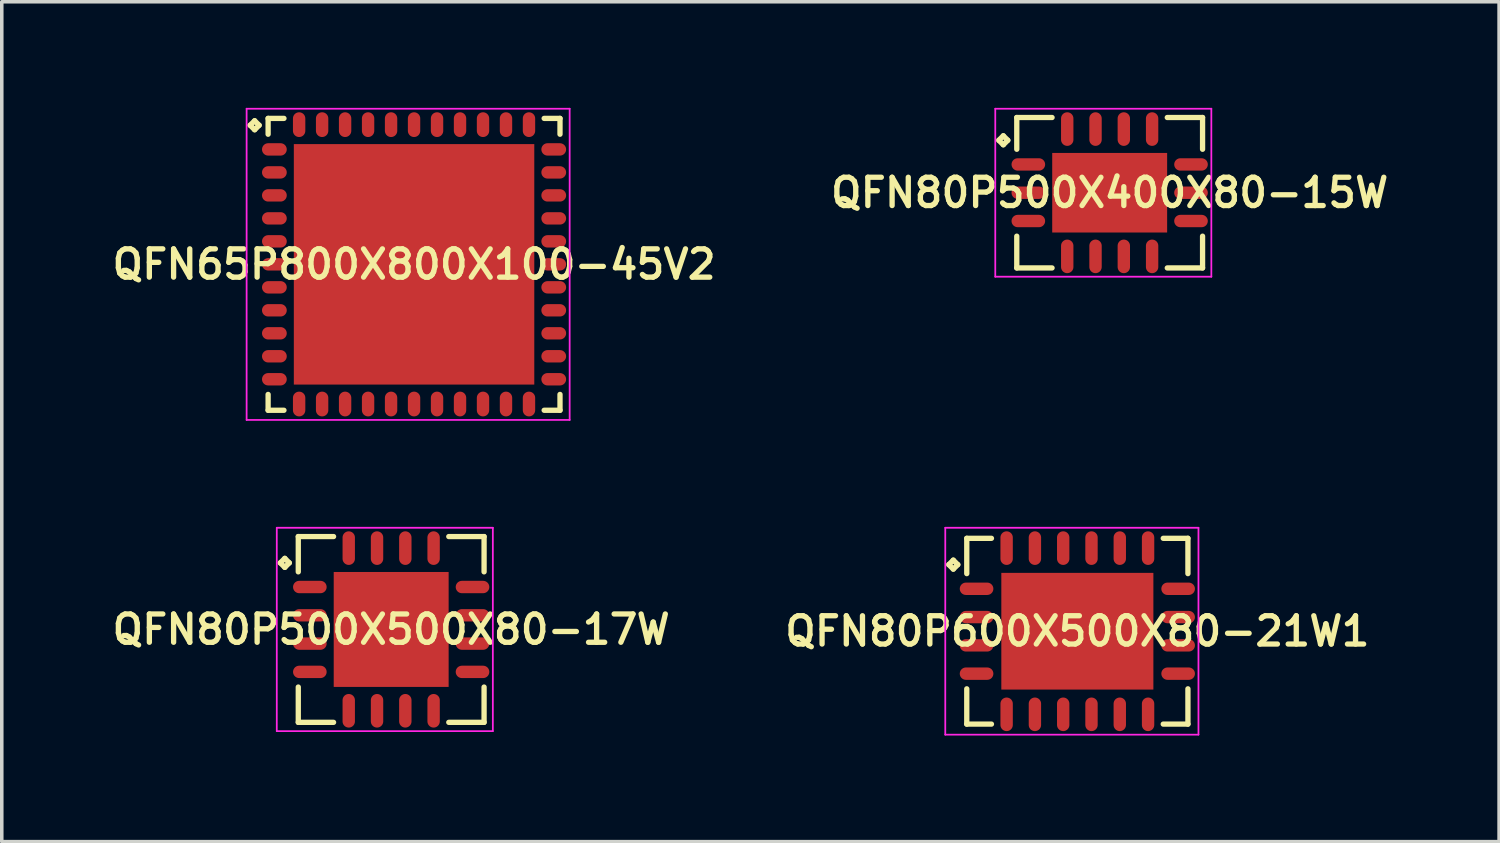
<source format=kicad_pcb>
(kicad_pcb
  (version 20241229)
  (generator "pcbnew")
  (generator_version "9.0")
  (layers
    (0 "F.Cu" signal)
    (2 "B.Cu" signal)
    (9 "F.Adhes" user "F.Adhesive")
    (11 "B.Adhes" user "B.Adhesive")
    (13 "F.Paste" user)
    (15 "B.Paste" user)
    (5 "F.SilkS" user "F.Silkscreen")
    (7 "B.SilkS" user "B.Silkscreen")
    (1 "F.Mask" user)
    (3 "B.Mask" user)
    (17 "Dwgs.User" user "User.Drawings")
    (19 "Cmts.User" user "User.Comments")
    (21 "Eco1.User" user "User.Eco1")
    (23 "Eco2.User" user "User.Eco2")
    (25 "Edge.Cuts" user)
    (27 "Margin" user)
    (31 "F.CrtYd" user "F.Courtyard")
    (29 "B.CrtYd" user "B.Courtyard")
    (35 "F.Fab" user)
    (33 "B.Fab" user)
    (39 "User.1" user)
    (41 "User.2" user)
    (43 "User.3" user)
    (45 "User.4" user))
  (footprint "QFN80P500X400X80-15W"
    (layer "F.Cu")
    (at 28.33 2.4)
    (property "Reference" "QFN80P500X400X80-15W" (at 0 0 0) (layer "F.SilkS") (effects (font (size 0.8 0.8) (thickness 0.15))))
    (attr smd)
    (fp_line (start -3.135 -1.483) (end -3.008 -1.61) (stroke (width 0.15) (type solid)) (layer "F.SilkS"))
    (fp_line (start -3.008 -1.61) (end -2.881 -1.483) (stroke (width 0.15) (type solid)) (layer "F.SilkS"))
    (fp_line (start -3.008 -1.356) (end -3.135 -1.483) (stroke (width 0.15) (type solid)) (layer "F.SilkS"))
    (fp_line (start -2.881 -1.483) (end -3.008 -1.356) (stroke (width 0.15) (type solid)) (layer "F.SilkS"))
    (fp_line (start -2.627 -2.127) (end -1.629 -2.127) (stroke (width 0.15) (type solid)) (layer "F.SilkS"))
    (fp_line (start -2.627 -1.229) (end -2.627 -2.127) (stroke (width 0.15) (type solid)) (layer "F.SilkS"))
    (fp_line (start -2.627 1.229) (end -2.627 2.127) (stroke (width 0.15) (type solid)) (layer "F.SilkS"))
    (fp_line (start -2.627 2.127) (end -1.629 2.127) (stroke (width 0.15) (type solid)) (layer "F.SilkS"))
    (fp_line (start 1.629 -2.127) (end 2.627 -2.127) (stroke (width 0.15) (type solid)) (layer "F.SilkS"))
    (fp_line (start 1.629 2.127) (end 2.627 2.127) (stroke (width 0.15) (type solid)) (layer "F.SilkS"))
    (fp_line (start 2.627 -2.127) (end 2.627 -1.229) (stroke (width 0.15) (type solid)) (layer "F.SilkS"))
    (fp_line (start 2.627 2.127) (end 2.627 1.229) (stroke (width 0.15) (type solid)) (layer "F.SilkS"))
    (fp_line (start -3.235 -2.375) (end 2.875 -2.375) (stroke (width 0.05) (type solid)) (layer "F.CrtYd"))
    (fp_line (start -3.235 2.375) (end -3.235 -2.375) (stroke (width 0.05) (type solid)) (layer "F.CrtYd"))
    (fp_line (start 2.875 -2.375) (end 2.875 2.375) (stroke (width 0.05) (type solid)) (layer "F.CrtYd"))
    (fp_line (start 2.875 2.375) (end -3.235 2.375) (stroke (width 0.05) (type solid)) (layer "F.CrtYd"))
    (pad "1" smd oval (at -2.3 -0.8) (size 0.95 0.35) (layers "F.Cu" "F.Mask" "F.Paste"))
    (pad "2" smd oval (at -2.3 0) (size 0.95 0.35) (layers "F.Cu" "F.Mask" "F.Paste"))
    (pad "3" smd oval (at -2.3 0.8) (size 0.95 0.35) (layers "F.Cu" "F.Mask" "F.Paste"))
    (pad "4" smd oval (at -1.2 1.8) (size 0.35 0.95) (layers "F.Cu" "F.Mask" "F.Paste"))
    (pad "5" smd oval (at -0.4 1.8) (size 0.35 0.95) (layers "F.Cu" "F.Mask" "F.Paste"))
    (pad "6" smd oval (at 0.4 1.8) (size 0.35 0.95) (layers "F.Cu" "F.Mask" "F.Paste"))
    (pad "7" smd oval (at 1.2 1.8) (size 0.35 0.95) (layers "F.Cu" "F.Mask" "F.Paste"))
    (pad "8" smd oval (at 2.3 0.8) (size 0.95 0.35) (layers "F.Cu" "F.Mask" "F.Paste"))
    (pad "9" smd oval (at 2.3 0) (size 0.95 0.35) (layers "F.Cu" "F.Mask" "F.Paste"))
    (pad "10" smd oval (at 2.3 -0.8) (size 0.95 0.35) (layers "F.Cu" "F.Mask" "F.Paste"))
    (pad "11" smd oval (at 1.2 -1.8) (size 0.35 0.95) (layers "F.Cu" "F.Mask" "F.Paste"))
    (pad "12" smd oval (at 0.4 -1.8) (size 0.35 0.95) (layers "F.Cu" "F.Mask" "F.Paste"))
    (pad "13" smd oval (at -0.4 -1.8) (size 0.35 0.95) (layers "F.Cu" "F.Mask" "F.Paste"))
    (pad "14" smd oval (at -1.2 -1.8) (size 0.35 0.95) (layers "F.Cu" "F.Mask" "F.Paste"))
    (pad "15" smd rect (at 0 0) (size 3.25 2.25) (layers "F.Cu" "F.Mask" "F.Paste")))
  (footprint "QFN80P500X500X80-17W"
    (layer "F.Cu")
    (at 8.012 14.75)
    (property "Reference" "QFN80P500X500X80-17W" (at 0 0 0) (layer "F.SilkS") (effects (font (size 0.8 0.8) (thickness 0.15))))
    (attr smd)
    (fp_line (start -3.135 -1.883) (end -3.008 -2.01) (stroke (width 0.15) (type solid)) (layer "F.SilkS"))
    (fp_line (start -3.008 -2.01) (end -2.881 -1.883) (stroke (width 0.15) (type solid)) (layer "F.SilkS"))
    (fp_line (start -3.008 -1.756) (end -3.135 -1.883) (stroke (width 0.15) (type solid)) (layer "F.SilkS"))
    (fp_line (start -2.881 -1.883) (end -3.008 -1.756) (stroke (width 0.15) (type solid)) (layer "F.SilkS"))
    (fp_line (start -2.627 -2.627) (end -1.629 -2.627) (stroke (width 0.15) (type solid)) (layer "F.SilkS"))
    (fp_line (start -2.627 -1.629) (end -2.627 -2.627) (stroke (width 0.15) (type solid)) (layer "F.SilkS"))
    (fp_line (start -2.627 1.629) (end -2.627 2.627) (stroke (width 0.15) (type solid)) (layer "F.SilkS"))
    (fp_line (start -2.627 2.627) (end -1.629 2.627) (stroke (width 0.15) (type solid)) (layer "F.SilkS"))
    (fp_line (start 1.629 -2.627) (end 2.627 -2.627) (stroke (width 0.15) (type solid)) (layer "F.SilkS"))
    (fp_line (start 1.629 2.627) (end 2.627 2.627) (stroke (width 0.15) (type solid)) (layer "F.SilkS"))
    (fp_line (start 2.627 -2.627) (end 2.627 -1.629) (stroke (width 0.15) (type solid)) (layer "F.SilkS"))
    (fp_line (start 2.627 2.627) (end 2.627 1.629) (stroke (width 0.15) (type solid)) (layer "F.SilkS"))
    (fp_line (start -3.235 -2.875) (end 2.875 -2.875) (stroke (width 0.05) (type solid)) (layer "F.CrtYd"))
    (fp_line (start -3.235 2.875) (end -3.235 -2.875) (stroke (width 0.05) (type solid)) (layer "F.CrtYd"))
    (fp_line (start 2.875 -2.875) (end 2.875 2.875) (stroke (width 0.05) (type solid)) (layer "F.CrtYd"))
    (fp_line (start 2.875 2.875) (end -3.235 2.875) (stroke (width 0.05) (type solid)) (layer "F.CrtYd"))
    (pad "1" smd oval (at -2.3 -1.2) (size 0.95 0.35) (layers "F.Cu" "F.Mask" "F.Paste"))
    (pad "2" smd oval (at -2.3 -0.4) (size 0.95 0.35) (layers "F.Cu" "F.Mask" "F.Paste"))
    (pad "3" smd oval (at -2.3 0.4) (size 0.95 0.35) (layers "F.Cu" "F.Mask" "F.Paste"))
    (pad "4" smd oval (at -2.3 1.2) (size 0.95 0.35) (layers "F.Cu" "F.Mask" "F.Paste"))
    (pad "5" smd oval (at -1.2 2.3) (size 0.35 0.95) (layers "F.Cu" "F.Mask" "F.Paste"))
    (pad "6" smd oval (at -0.4 2.3) (size 0.35 0.95) (layers "F.Cu" "F.Mask" "F.Paste"))
    (pad "7" smd oval (at 0.4 2.3) (size 0.35 0.95) (layers "F.Cu" "F.Mask" "F.Paste"))
    (pad "8" smd oval (at 1.2 2.3) (size 0.35 0.95) (layers "F.Cu" "F.Mask" "F.Paste"))
    (pad "9" smd oval (at 2.3 1.2) (size 0.95 0.35) (layers "F.Cu" "F.Mask" "F.Paste"))
    (pad "10" smd oval (at 2.3 0.4) (size 0.95 0.35) (layers "F.Cu" "F.Mask" "F.Paste"))
    (pad "11" smd oval (at 2.3 -0.4) (size 0.95 0.35) (layers "F.Cu" "F.Mask" "F.Paste"))
    (pad "12" smd oval (at 2.3 -1.2) (size 0.95 0.35) (layers "F.Cu" "F.Mask" "F.Paste"))
    (pad "13" smd oval (at 1.2 -2.3) (size 0.35 0.95) (layers "F.Cu" "F.Mask" "F.Paste"))
    (pad "14" smd oval (at 0.4 -2.3) (size 0.35 0.95) (layers "F.Cu" "F.Mask" "F.Paste"))
    (pad "15" smd oval (at -0.4 -2.3) (size 0.35 0.95) (layers "F.Cu" "F.Mask" "F.Paste"))
    (pad "16" smd oval (at -1.2 -2.3) (size 0.35 0.95) (layers "F.Cu" "F.Mask" "F.Paste"))
    (pad "17" smd rect (at 0 0) (size 3.25 3.25) (layers "F.Cu" "F.Mask" "F.Paste")))
  (footprint "QFN80P600X500X80-21W1"
    (layer "F.Cu")
    (at 27.416 14.8)
    (property "Reference" "QFN80P600X500X80-21W1" (at 0 0 0) (layer "F.SilkS") (effects (font (size 0.8 0.8) (thickness 0.15))))
    (attr smd)
    (fp_line (start -3.635 -1.883) (end -3.508 -2.01) (stroke (width 0.15) (type solid)) (layer "F.SilkS"))
    (fp_line (start -3.508 -2.01) (end -3.381 -1.883) (stroke (width 0.15) (type solid)) (layer "F.SilkS"))
    (fp_line (start -3.508 -1.756) (end -3.635 -1.883) (stroke (width 0.15) (type solid)) (layer "F.SilkS"))
    (fp_line (start -3.381 -1.883) (end -3.508 -1.756) (stroke (width 0.15) (type solid)) (layer "F.SilkS"))
    (fp_line (start -3.127 -2.627) (end -2.429 -2.627) (stroke (width 0.15) (type solid)) (layer "F.SilkS"))
    (fp_line (start -3.127 -1.629) (end -3.127 -2.627) (stroke (width 0.15) (type solid)) (layer "F.SilkS"))
    (fp_line (start -3.127 1.629) (end -3.127 2.627) (stroke (width 0.15) (type solid)) (layer "F.SilkS"))
    (fp_line (start -3.127 2.627) (end -2.429 2.627) (stroke (width 0.15) (type solid)) (layer "F.SilkS"))
    (fp_line (start 2.429 -2.627) (end 3.127 -2.627) (stroke (width 0.15) (type solid)) (layer "F.SilkS"))
    (fp_line (start 2.429 2.627) (end 3.127 2.627) (stroke (width 0.15) (type solid)) (layer "F.SilkS"))
    (fp_line (start 3.127 -2.627) (end 3.127 -1.629) (stroke (width 0.15) (type solid)) (layer "F.SilkS"))
    (fp_line (start 3.127 2.627) (end 3.127 1.629) (stroke (width 0.15) (type solid)) (layer "F.SilkS"))
    (fp_line (start -3.735 -2.925) (end 3.425 -2.925) (stroke (width 0.05) (type solid)) (layer "F.CrtYd"))
    (fp_line (start -3.735 2.925) (end -3.735 -2.925) (stroke (width 0.05) (type solid)) (layer "F.CrtYd"))
    (fp_line (start 3.425 -2.925) (end 3.425 2.925) (stroke (width 0.05) (type solid)) (layer "F.CrtYd"))
    (fp_line (start 3.425 2.925) (end -3.735 2.925) (stroke (width 0.05) (type solid)) (layer "F.CrtYd"))
    (pad "1" smd oval (at -2.85 -1.2) (size 0.95 0.35) (layers "F.Cu" "F.Mask" "F.Paste"))
    (pad "2" smd oval (at -2.85 -0.4) (size 0.95 0.35) (layers "F.Cu" "F.Mask" "F.Paste"))
    (pad "3" smd oval (at -2.85 0.4) (size 0.95 0.35) (layers "F.Cu" "F.Mask" "F.Paste"))
    (pad "4" smd oval (at -2.85 1.2) (size 0.95 0.35) (layers "F.Cu" "F.Mask" "F.Paste"))
    (pad "5" smd oval (at -2 2.35) (size 0.35 0.95) (layers "F.Cu" "F.Mask" "F.Paste"))
    (pad "6" smd oval (at -1.2 2.35) (size 0.35 0.95) (layers "F.Cu" "F.Mask" "F.Paste"))
    (pad "7" smd oval (at -0.4 2.35) (size 0.35 0.95) (layers "F.Cu" "F.Mask" "F.Paste"))
    (pad "8" smd oval (at 0.4 2.35) (size 0.35 0.95) (layers "F.Cu" "F.Mask" "F.Paste"))
    (pad "9" smd oval (at 1.2 2.35) (size 0.35 0.95) (layers "F.Cu" "F.Mask" "F.Paste"))
    (pad "10" smd oval (at 2 2.35) (size 0.35 0.95) (layers "F.Cu" "F.Mask" "F.Paste"))
    (pad "11" smd oval (at 2.85 1.2) (size 0.95 0.35) (layers "F.Cu" "F.Mask" "F.Paste"))
    (pad "12" smd oval (at 2.85 0.4) (size 0.95 0.35) (layers "F.Cu" "F.Mask" "F.Paste"))
    (pad "13" smd oval (at 2.85 -0.4) (size 0.95 0.35) (layers "F.Cu" "F.Mask" "F.Paste"))
    (pad "14" smd oval (at 2.85 -1.2) (size 0.95 0.35) (layers "F.Cu" "F.Mask" "F.Paste"))
    (pad "15" smd oval (at 2 -2.35) (size 0.35 0.95) (layers "F.Cu" "F.Mask" "F.Paste"))
    (pad "16" smd oval (at 1.2 -2.35) (size 0.35 0.95) (layers "F.Cu" "F.Mask" "F.Paste"))
    (pad "17" smd oval (at 0.4 -2.35) (size 0.35 0.95) (layers "F.Cu" "F.Mask" "F.Paste"))
    (pad "18" smd oval (at -0.4 -2.35) (size 0.35 0.95) (layers "F.Cu" "F.Mask" "F.Paste"))
    (pad "19" smd oval (at -1.2 -2.35) (size 0.35 0.95) (layers "F.Cu" "F.Mask" "F.Paste"))
    (pad "20" smd oval (at -2 -2.35) (size 0.35 0.95) (layers "F.Cu" "F.Mask" "F.Paste"))
    (pad "21" smd rect (at 0 0) (size 4.3 3.3) (layers "F.Cu" "F.Mask" "F.Paste")))
  (footprint "QFN65P800X800X100-45V2"
    (layer "F.Cu")
    (at 8.659 4.425)
    (property "Reference" "QFN65P800X800X100-45V2" (at 0 0 0) (layer "F.SilkS") (effects (font (size 0.8 0.8) (thickness 0.15))))
    (attr smd)
    (fp_line (start -4.635 -3.933) (end -4.508 -4.06) (stroke (width 0.15) (type solid)) (layer "F.SilkS"))
    (fp_line (start -4.508 -4.06) (end -4.381 -3.933) (stroke (width 0.15) (type solid)) (layer "F.SilkS"))
    (fp_line (start -4.508 -3.806) (end -4.635 -3.933) (stroke (width 0.15) (type solid)) (layer "F.SilkS"))
    (fp_line (start -4.381 -3.933) (end -4.508 -3.806) (stroke (width 0.15) (type solid)) (layer "F.SilkS"))
    (fp_line (start -4.127 -4.127) (end -3.679 -4.127) (stroke (width 0.15) (type solid)) (layer "F.SilkS"))
    (fp_line (start -4.127 -3.679) (end -4.127 -4.127) (stroke (width 0.15) (type solid)) (layer "F.SilkS"))
    (fp_line (start -4.127 3.679) (end -4.127 4.127) (stroke (width 0.15) (type solid)) (layer "F.SilkS"))
    (fp_line (start -4.127 4.127) (end -3.679 4.127) (stroke (width 0.15) (type solid)) (layer "F.SilkS"))
    (fp_line (start 3.679 -4.127) (end 4.127 -4.127) (stroke (width 0.15) (type solid)) (layer "F.SilkS"))
    (fp_line (start 3.679 4.127) (end 4.127 4.127) (stroke (width 0.15) (type solid)) (layer "F.SilkS"))
    (fp_line (start 4.127 -4.127) (end 4.127 -3.679) (stroke (width 0.15) (type solid)) (layer "F.SilkS"))
    (fp_line (start 4.127 4.127) (end 4.127 3.679) (stroke (width 0.15) (type solid)) (layer "F.SilkS"))
    (fp_line (start -4.735 -4.4) (end 4.4 -4.4) (stroke (width 0.05) (type solid)) (layer "F.CrtYd"))
    (fp_line (start -4.735 4.4) (end -4.735 -4.4) (stroke (width 0.05) (type solid)) (layer "F.CrtYd"))
    (fp_line (start 4.4 -4.4) (end 4.4 4.4) (stroke (width 0.05) (type solid)) (layer "F.CrtYd"))
    (fp_line (start 4.4 4.4) (end -4.735 4.4) (stroke (width 0.05) (type solid)) (layer "F.CrtYd"))
    (pad "1" smd oval (at -3.95 -3.25) (size 0.7 0.35) (layers "F.Cu" "F.Mask" "F.Paste"))
    (pad "2" smd oval (at -3.95 -2.6) (size 0.7 0.35) (layers "F.Cu" "F.Mask" "F.Paste"))
    (pad "3" smd oval (at -3.95 -1.95) (size 0.7 0.35) (layers "F.Cu" "F.Mask" "F.Paste"))
    (pad "4" smd oval (at -3.95 -1.3) (size 0.7 0.35) (layers "F.Cu" "F.Mask" "F.Paste"))
    (pad "5" smd oval (at -3.95 -0.65) (size 0.7 0.35) (layers "F.Cu" "F.Mask" "F.Paste"))
    (pad "6" smd oval (at -3.95 0) (size 0.7 0.35) (layers "F.Cu" "F.Mask" "F.Paste"))
    (pad "7" smd oval (at -3.95 0.65) (size 0.7 0.35) (layers "F.Cu" "F.Mask" "F.Paste"))
    (pad "8" smd oval (at -3.95 1.3) (size 0.7 0.35) (layers "F.Cu" "F.Mask" "F.Paste"))
    (pad "9" smd oval (at -3.95 1.95) (size 0.7 0.35) (layers "F.Cu" "F.Mask" "F.Paste"))
    (pad "10" smd oval (at -3.95 2.6) (size 0.7 0.35) (layers "F.Cu" "F.Mask" "F.Paste"))
    (pad "11" smd oval (at -3.95 3.25) (size 0.7 0.35) (layers "F.Cu" "F.Mask" "F.Paste"))
    (pad "12" smd oval (at -3.25 3.95) (size 0.35 0.7) (layers "F.Cu" "F.Mask" "F.Paste"))
    (pad "13" smd oval (at -2.6 3.95) (size 0.35 0.7) (layers "F.Cu" "F.Mask" "F.Paste"))
    (pad "14" smd oval (at -1.95 3.95) (size 0.35 0.7) (layers "F.Cu" "F.Mask" "F.Paste"))
    (pad "15" smd oval (at -1.3 3.95) (size 0.35 0.7) (layers "F.Cu" "F.Mask" "F.Paste"))
    (pad "16" smd oval (at -0.65 3.95) (size 0.35 0.7) (layers "F.Cu" "F.Mask" "F.Paste"))
    (pad "17" smd oval (at 0 3.95) (size 0.35 0.7) (layers "F.Cu" "F.Mask" "F.Paste"))
    (pad "18" smd oval (at 0.65 3.95) (size 0.35 0.7) (layers "F.Cu" "F.Mask" "F.Paste"))
    (pad "19" smd oval (at 1.3 3.95) (size 0.35 0.7) (layers "F.Cu" "F.Mask" "F.Paste"))
    (pad "20" smd oval (at 1.95 3.95) (size 0.35 0.7) (layers "F.Cu" "F.Mask" "F.Paste"))
    (pad "21" smd oval (at 2.6 3.95) (size 0.35 0.7) (layers "F.Cu" "F.Mask" "F.Paste"))
    (pad "22" smd oval (at 3.25 3.95) (size 0.35 0.7) (layers "F.Cu" "F.Mask" "F.Paste"))
    (pad "23" smd oval (at 3.95 3.25) (size 0.7 0.35) (layers "F.Cu" "F.Mask" "F.Paste"))
    (pad "24" smd oval (at 3.95 2.6) (size 0.7 0.35) (layers "F.Cu" "F.Mask" "F.Paste"))
    (pad "25" smd oval (at 3.95 1.95) (size 0.7 0.35) (layers "F.Cu" "F.Mask" "F.Paste"))
    (pad "26" smd oval (at 3.95 1.3) (size 0.7 0.35) (layers "F.Cu" "F.Mask" "F.Paste"))
    (pad "27" smd oval (at 3.95 0.65) (size 0.7 0.35) (layers "F.Cu" "F.Mask" "F.Paste"))
    (pad "28" smd oval (at 3.95 0) (size 0.7 0.35) (layers "F.Cu" "F.Mask" "F.Paste"))
    (pad "29" smd oval (at 3.95 -0.65) (size 0.7 0.35) (layers "F.Cu" "F.Mask" "F.Paste"))
    (pad "30" smd oval (at 3.95 -1.3) (size 0.7 0.35) (layers "F.Cu" "F.Mask" "F.Paste"))
    (pad "31" smd oval (at 3.95 -1.95) (size 0.7 0.35) (layers "F.Cu" "F.Mask" "F.Paste"))
    (pad "32" smd oval (at 3.95 -2.6) (size 0.7 0.35) (layers "F.Cu" "F.Mask" "F.Paste"))
    (pad "33" smd oval (at 3.95 -3.25) (size 0.7 0.35) (layers "F.Cu" "F.Mask" "F.Paste"))
    (pad "34" smd oval (at 3.25 -3.95) (size 0.35 0.7) (layers "F.Cu" "F.Mask" "F.Paste"))
    (pad "35" smd oval (at 2.6 -3.95) (size 0.35 0.7) (layers "F.Cu" "F.Mask" "F.Paste"))
    (pad "36" smd oval (at 1.95 -3.95) (size 0.35 0.7) (layers "F.Cu" "F.Mask" "F.Paste"))
    (pad "37" smd oval (at 1.3 -3.95) (size 0.35 0.7) (layers "F.Cu" "F.Mask" "F.Paste"))
    (pad "38" smd oval (at 0.65 -3.95) (size 0.35 0.7) (layers "F.Cu" "F.Mask" "F.Paste"))
    (pad "39" smd oval (at 0 -3.95) (size 0.35 0.7) (layers "F.Cu" "F.Mask" "F.Paste"))
    (pad "40" smd oval (at -0.65 -3.95) (size 0.35 0.7) (layers "F.Cu" "F.Mask" "F.Paste"))
    (pad "41" smd oval (at -1.3 -3.95) (size 0.35 0.7) (layers "F.Cu" "F.Mask" "F.Paste"))
    (pad "42" smd oval (at -1.95 -3.95) (size 0.35 0.7) (layers "F.Cu" "F.Mask" "F.Paste"))
    (pad "43" smd oval (at -2.6 -3.95) (size 0.35 0.7) (layers "F.Cu" "F.Mask" "F.Paste"))
    (pad "44" smd oval (at -3.25 -3.95) (size 0.35 0.7) (layers "F.Cu" "F.Mask" "F.Paste"))
    (pad "45" smd rect (at 0 0) (size 6.8 6.8) (layers "F.Cu" "F.Mask" "F.Paste")))
  (gr_rect
    (start -3 -3)
    (end 39.342 20.75)
    (stroke (width 0.1) (type default))
    (fill no)
    (layer "Edge.Cuts")))
</source>
